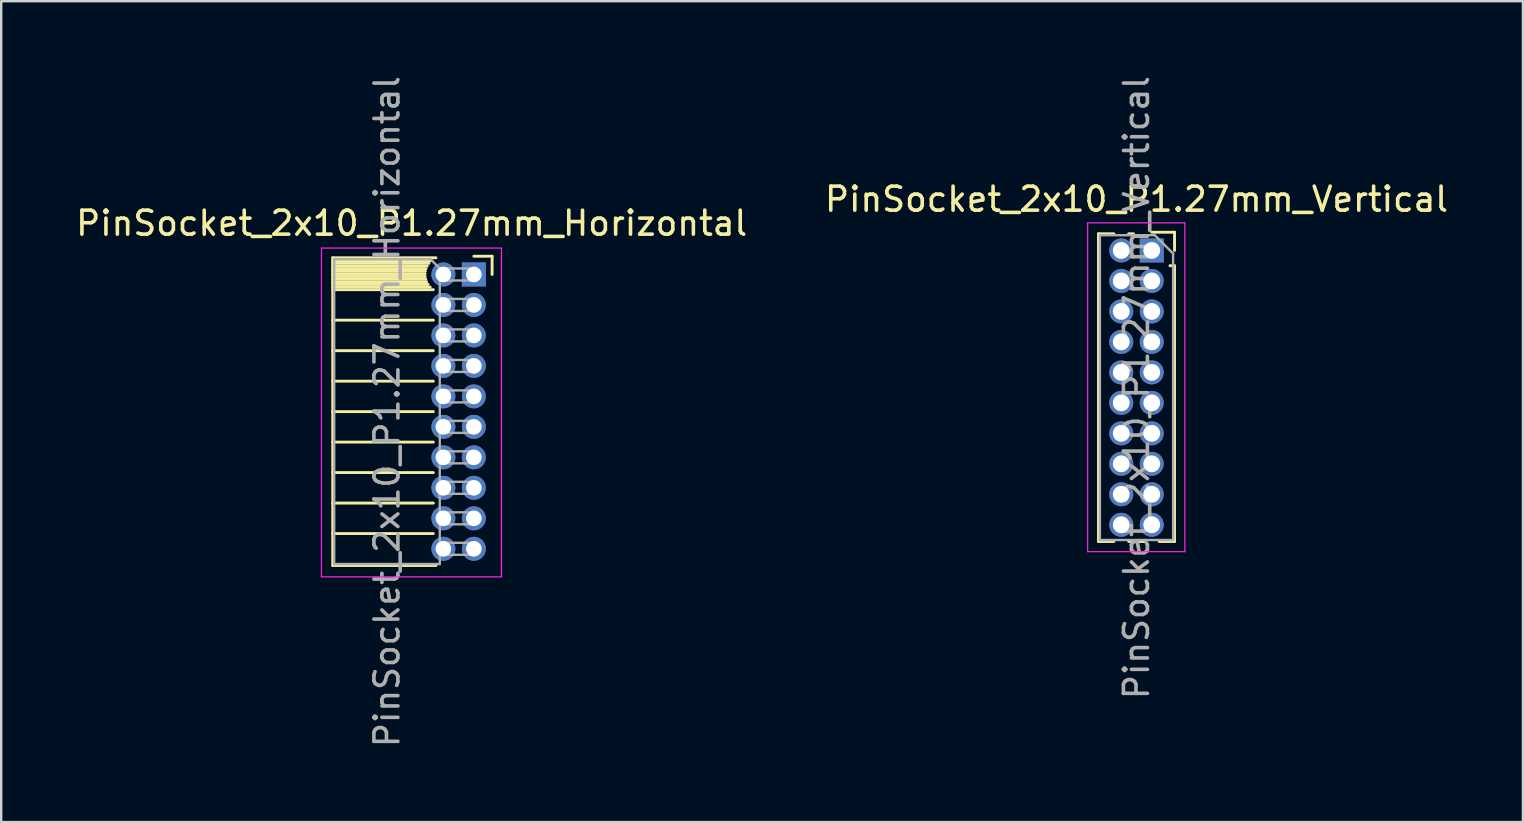
<source format=kicad_pcb>
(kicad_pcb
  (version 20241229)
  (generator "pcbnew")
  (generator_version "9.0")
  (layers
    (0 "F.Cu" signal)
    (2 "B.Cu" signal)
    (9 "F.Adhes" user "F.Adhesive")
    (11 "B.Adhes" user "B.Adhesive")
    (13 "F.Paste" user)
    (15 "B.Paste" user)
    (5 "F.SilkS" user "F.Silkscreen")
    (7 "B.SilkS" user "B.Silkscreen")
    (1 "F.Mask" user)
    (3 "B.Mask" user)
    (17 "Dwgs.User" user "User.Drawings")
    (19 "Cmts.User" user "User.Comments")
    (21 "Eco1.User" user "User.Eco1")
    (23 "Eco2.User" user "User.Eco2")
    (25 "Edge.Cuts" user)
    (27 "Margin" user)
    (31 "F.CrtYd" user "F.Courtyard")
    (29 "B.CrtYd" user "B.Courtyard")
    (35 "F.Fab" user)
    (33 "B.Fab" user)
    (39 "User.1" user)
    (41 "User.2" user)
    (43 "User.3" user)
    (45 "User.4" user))
  (footprint "PinSocket_2x10_P1.27mm_Horizontal"
    (layer "F.Cu")
    (at 16.694 8.386)
    (property "Reference" "PinSocket_2x10_P1.27mm_Horizontal" (at -2.592 -2.135 0) (layer "F.SilkS") (effects (font (size 1 1) (thickness 0.15))))
    (attr through_hole)
    (fp_line (start -5.88 -0.695) (end -5.88 12.125) (stroke (width 0.12) (type solid)) (layer "F.SilkS"))
    (fp_line (start -5.88 -0.695) (end -1.578 -0.695) (stroke (width 0.12) (type solid)) (layer "F.SilkS"))
    (fp_line (start -5.88 -0.575) (end -1.767 -0.575) (stroke (width 0.12) (type solid)) (layer "F.SilkS"))
    (fp_line (start -5.88 -0.465) (end -1.871 -0.465) (stroke (width 0.12) (type solid)) (layer "F.SilkS"))
    (fp_line (start -5.88 -0.355) (end -1.942 -0.355) (stroke (width 0.12) (type solid)) (layer "F.SilkS"))
    (fp_line (start -5.88 -0.245) (end -1.989 -0.245) (stroke (width 0.12) (type solid)) (layer "F.SilkS"))
    (fp_line (start -5.88 -0.135) (end -2.018 -0.135) (stroke (width 0.12) (type solid)) (layer "F.SilkS"))
    (fp_line (start -5.88 -0.025) (end -2.03 -0.025) (stroke (width 0.12) (type solid)) (layer "F.SilkS"))
    (fp_line (start -5.88 0.085) (end -2.025 0.085) (stroke (width 0.12) (type solid)) (layer "F.SilkS"))
    (fp_line (start -5.88 0.195) (end -2.005 0.195) (stroke (width 0.12) (type solid)) (layer "F.SilkS"))
    (fp_line (start -5.88 0.305) (end -1.966 0.305) (stroke (width 0.12) (type solid)) (layer "F.SilkS"))
    (fp_line (start -5.88 0.415) (end -1.907 0.415) (stroke (width 0.12) (type solid)) (layer "F.SilkS"))
    (fp_line (start -5.88 0.525) (end -1.82 0.525) (stroke (width 0.12) (type solid)) (layer "F.SilkS"))
    (fp_line (start -5.88 0.635) (end -1.688 0.635) (stroke (width 0.12) (type solid)) (layer "F.SilkS"))
    (fp_line (start -5.88 1.905) (end -1.688 1.905) (stroke (width 0.12) (type solid)) (layer "F.SilkS"))
    (fp_line (start -5.88 3.175) (end -1.688 3.175) (stroke (width 0.12) (type solid)) (layer "F.SilkS"))
    (fp_line (start -5.88 4.445) (end -1.688 4.445) (stroke (width 0.12) (type solid)) (layer "F.SilkS"))
    (fp_line (start -5.88 5.715) (end -1.688 5.715) (stroke (width 0.12) (type solid)) (layer "F.SilkS"))
    (fp_line (start -5.88 6.985) (end -1.688 6.985) (stroke (width 0.12) (type solid)) (layer "F.SilkS"))
    (fp_line (start -5.88 8.255) (end -1.688 8.255) (stroke (width 0.12) (type solid)) (layer "F.SilkS"))
    (fp_line (start -5.88 9.525) (end -1.688 9.525) (stroke (width 0.12) (type solid)) (layer "F.SilkS"))
    (fp_line (start -5.88 10.795) (end -1.688 10.795) (stroke (width 0.12) (type solid)) (layer "F.SilkS"))
    (fp_line (start -5.88 12.125) (end -1.578 12.125) (stroke (width 0.12) (type solid)) (layer "F.SilkS"))
    (fp_line (start 0 -0.76) (end 0.76 -0.76) (stroke (width 0.12) (type solid)) (layer "F.SilkS"))
    (fp_line (start 0.76 -0.76) (end 0.76 0) (stroke (width 0.12) (type solid)) (layer "F.SilkS"))
    (fp_line (start -6.35 -1.1) (end -6.35 12.6) (stroke (width 0.05) (type solid)) (layer "F.CrtYd"))
    (fp_line (start -6.35 12.6) (end 1.15 12.6) (stroke (width 0.05) (type solid)) (layer "F.CrtYd"))
    (fp_line (start 1.15 -1.1) (end -6.35 -1.1) (stroke (width 0.05) (type solid)) (layer "F.CrtYd"))
    (fp_line (start 1.15 12.6) (end 1.15 -1.1) (stroke (width 0.05) (type solid)) (layer "F.CrtYd"))
    (fp_line (start -5.82 -0.635) (end -1.805 -0.635) (stroke (width 0.1) (type solid)) (layer "F.Fab"))
    (fp_line (start -5.82 12.065) (end -5.82 -0.635) (stroke (width 0.1) (type solid)) (layer "F.Fab"))
    (fp_line (start -1.805 -0.635) (end -1.42 -0.25) (stroke (width 0.1) (type solid)) (layer "F.Fab"))
    (fp_line (start -1.42 -0.25) (end -1.42 12.065) (stroke (width 0.1) (type solid)) (layer "F.Fab"))
    (fp_line (start -1.42 0.25) (end 0 0.25) (stroke (width 0.1) (type solid)) (layer "F.Fab"))
    (fp_line (start -1.42 1.52) (end 0 1.52) (stroke (width 0.1) (type solid)) (layer "F.Fab"))
    (fp_line (start -1.42 2.79) (end 0 2.79) (stroke (width 0.1) (type solid)) (layer "F.Fab"))
    (fp_line (start -1.42 4.06) (end 0 4.06) (stroke (width 0.1) (type solid)) (layer "F.Fab"))
    (fp_line (start -1.42 5.33) (end 0 5.33) (stroke (width 0.1) (type solid)) (layer "F.Fab"))
    (fp_line (start -1.42 6.6) (end 0 6.6) (stroke (width 0.1) (type solid)) (layer "F.Fab"))
    (fp_line (start -1.42 7.87) (end 0 7.87) (stroke (width 0.1) (type solid)) (layer "F.Fab"))
    (fp_line (start -1.42 9.14) (end 0 9.14) (stroke (width 0.1) (type solid)) (layer "F.Fab"))
    (fp_line (start -1.42 10.41) (end 0 10.41) (stroke (width 0.1) (type solid)) (layer "F.Fab"))
    (fp_line (start -1.42 11.68) (end 0 11.68) (stroke (width 0.1) (type solid)) (layer "F.Fab"))
    (fp_line (start -1.42 12.065) (end -5.82 12.065) (stroke (width 0.1) (type solid)) (layer "F.Fab"))
    (fp_line (start 0 -0.25) (end -1.42 -0.25) (stroke (width 0.1) (type solid)) (layer "F.Fab"))
    (fp_line (start 0 0.25) (end 0 -0.25) (stroke (width 0.1) (type solid)) (layer "F.Fab"))
    (fp_line (start 0 1.02) (end -1.42 1.02) (stroke (width 0.1) (type solid)) (layer "F.Fab"))
    (fp_line (start 0 1.52) (end 0 1.02) (stroke (width 0.1) (type solid)) (layer "F.Fab"))
    (fp_line (start 0 2.29) (end -1.42 2.29) (stroke (width 0.1) (type solid)) (layer "F.Fab"))
    (fp_line (start 0 2.79) (end 0 2.29) (stroke (width 0.1) (type solid)) (layer "F.Fab"))
    (fp_line (start 0 3.56) (end -1.42 3.56) (stroke (width 0.1) (type solid)) (layer "F.Fab"))
    (fp_line (start 0 4.06) (end 0 3.56) (stroke (width 0.1) (type solid)) (layer "F.Fab"))
    (fp_line (start 0 4.83) (end -1.42 4.83) (stroke (width 0.1) (type solid)) (layer "F.Fab"))
    (fp_line (start 0 5.33) (end 0 4.83) (stroke (width 0.1) (type solid)) (layer "F.Fab"))
    (fp_line (start 0 6.1) (end -1.42 6.1) (stroke (width 0.1) (type solid)) (layer "F.Fab"))
    (fp_line (start 0 6.6) (end 0 6.1) (stroke (width 0.1) (type solid)) (layer "F.Fab"))
    (fp_line (start 0 7.37) (end -1.42 7.37) (stroke (width 0.1) (type solid)) (layer "F.Fab"))
    (fp_line (start 0 7.87) (end 0 7.37) (stroke (width 0.1) (type solid)) (layer "F.Fab"))
    (fp_line (start 0 8.64) (end -1.42 8.64) (stroke (width 0.1) (type solid)) (layer "F.Fab"))
    (fp_line (start 0 9.14) (end 0 8.64) (stroke (width 0.1) (type solid)) (layer "F.Fab"))
    (fp_line (start 0 9.91) (end -1.42 9.91) (stroke (width 0.1) (type solid)) (layer "F.Fab"))
    (fp_line (start 0 10.41) (end 0 9.91) (stroke (width 0.1) (type solid)) (layer "F.Fab"))
    (fp_line (start 0 11.18) (end -1.42 11.18) (stroke (width 0.1) (type solid)) (layer "F.Fab"))
    (fp_line (start 0 11.68) (end 0 11.18) (stroke (width 0.1) (type solid)) (layer "F.Fab"))
    (fp_text user "${REFERENCE}" (at -3.62 5.715 90) (layer "F.Fab") (effects (font (size 1 1) (thickness 0.15))))
    (pad "1" thru_hole rect (at 0 0) (size 1 1) (drill 0.65) (layers "*.Cu" "*.Mask"))
    (pad "2" thru_hole oval (at -1.27 0) (size 1 1) (drill 0.65) (layers "*.Cu" "*.Mask"))
    (pad "3" thru_hole oval (at 0 1.27) (size 1 1) (drill 0.65) (layers "*.Cu" "*.Mask"))
    (pad "4" thru_hole oval (at -1.27 1.27) (size 1 1) (drill 0.65) (layers "*.Cu" "*.Mask"))
    (pad "5" thru_hole oval (at 0 2.54) (size 1 1) (drill 0.65) (layers "*.Cu" "*.Mask"))
    (pad "6" thru_hole oval (at -1.27 2.54) (size 1 1) (drill 0.65) (layers "*.Cu" "*.Mask"))
    (pad "7" thru_hole oval (at 0 3.81) (size 1 1) (drill 0.65) (layers "*.Cu" "*.Mask"))
    (pad "8" thru_hole oval (at -1.27 3.81) (size 1 1) (drill 0.65) (layers "*.Cu" "*.Mask"))
    (pad "9" thru_hole oval (at 0 5.08) (size 1 1) (drill 0.65) (layers "*.Cu" "*.Mask"))
    (pad "10" thru_hole oval (at -1.27 5.08) (size 1 1) (drill 0.65) (layers "*.Cu" "*.Mask"))
    (pad "11" thru_hole oval (at 0 6.35) (size 1 1) (drill 0.65) (layers "*.Cu" "*.Mask"))
    (pad "12" thru_hole oval (at -1.27 6.35) (size 1 1) (drill 0.65) (layers "*.Cu" "*.Mask"))
    (pad "13" thru_hole oval (at 0 7.62) (size 1 1) (drill 0.65) (layers "*.Cu" "*.Mask"))
    (pad "14" thru_hole oval (at -1.27 7.62) (size 1 1) (drill 0.65) (layers "*.Cu" "*.Mask"))
    (pad "15" thru_hole oval (at 0 8.89) (size 1 1) (drill 0.65) (layers "*.Cu" "*.Mask"))
    (pad "16" thru_hole oval (at -1.27 8.89) (size 1 1) (drill 0.65) (layers "*.Cu" "*.Mask"))
    (pad "17" thru_hole oval (at 0 10.16) (size 1 1) (drill 0.65) (layers "*.Cu" "*.Mask"))
    (pad "18" thru_hole oval (at -1.27 10.16) (size 1 1) (drill 0.65) (layers "*.Cu" "*.Mask"))
    (pad "19" thru_hole oval (at 0 11.43) (size 1 1) (drill 0.65) (layers "*.Cu" "*.Mask"))
    (pad "20" thru_hole oval (at -1.27 11.43) (size 1 1) (drill 0.65) (layers "*.Cu" "*.Mask")))
  (footprint "PinSocket_2x10_P1.27mm_Vertical"
    (layer "F.Cu")
    (at 44.939 7.386)
    (property "Reference" "PinSocket_2x10_P1.27mm_Vertical" (at -0.635 -2.135 0) (layer "F.SilkS") (effects (font (size 1 1) (thickness 0.15))))
    (attr through_hole)
    (fp_line (start -2.22 -0.695) (end -2.22 12.125) (stroke (width 0.12) (type solid)) (layer "F.SilkS"))
    (fp_line (start -2.22 -0.695) (end -1.578 -0.695) (stroke (width 0.12) (type solid)) (layer "F.SilkS"))
    (fp_line (start -2.22 12.125) (end -1.578 12.125) (stroke (width 0.12) (type solid)) (layer "F.SilkS"))
    (fp_line (start -0.962 -0.695) (end -0.76 -0.695) (stroke (width 0.12) (type solid)) (layer "F.SilkS"))
    (fp_line (start -0.962 12.125) (end -0.308 12.125) (stroke (width 0.12) (type solid)) (layer "F.SilkS"))
    (fp_line (start 0 -0.76) (end 0.95 -0.76) (stroke (width 0.12) (type solid)) (layer "F.SilkS"))
    (fp_line (start 0.308 12.125) (end 0.95 12.125) (stroke (width 0.12) (type solid)) (layer "F.SilkS"))
    (fp_line (start 0.76 0.635) (end 0.95 0.635) (stroke (width 0.12) (type solid)) (layer "F.SilkS"))
    (fp_line (start 0.95 -0.76) (end 0.95 0) (stroke (width 0.12) (type solid)) (layer "F.SilkS"))
    (fp_line (start 0.95 0.635) (end 0.95 12.125) (stroke (width 0.12) (type solid)) (layer "F.SilkS"))
    (fp_line (start -2.67 -1.15) (end 1.38 -1.15) (stroke (width 0.05) (type solid)) (layer "F.CrtYd"))
    (fp_line (start -2.67 12.55) (end -2.67 -1.15) (stroke (width 0.05) (type solid)) (layer "F.CrtYd"))
    (fp_line (start 1.38 -1.15) (end 1.38 12.55) (stroke (width 0.05) (type solid)) (layer "F.CrtYd"))
    (fp_line (start 1.38 12.55) (end -2.67 12.55) (stroke (width 0.05) (type solid)) (layer "F.CrtYd"))
    (fp_line (start -2.16 -0.635) (end 0.128 -0.635) (stroke (width 0.1) (type solid)) (layer "F.Fab"))
    (fp_line (start -2.16 12.065) (end -2.16 -0.635) (stroke (width 0.1) (type solid)) (layer "F.Fab"))
    (fp_line (start 0.128 -0.635) (end 0.89 0.128) (stroke (width 0.1) (type solid)) (layer "F.Fab"))
    (fp_line (start 0.89 0.128) (end 0.89 12.065) (stroke (width 0.1) (type solid)) (layer "F.Fab"))
    (fp_line (start 0.89 12.065) (end -2.16 12.065) (stroke (width 0.1) (type solid)) (layer "F.Fab"))
    (fp_text user "${REFERENCE}" (at -0.635 5.715 90) (layer "F.Fab") (effects (font (size 1 1) (thickness 0.15))))
    (pad "1" thru_hole rect (at 0 0) (size 1 1) (drill 0.7) (layers "*.Cu" "*.Mask"))
    (pad "2" thru_hole oval (at -1.27 0) (size 1 1) (drill 0.7) (layers "*.Cu" "*.Mask"))
    (pad "3" thru_hole oval (at 0 1.27) (size 1 1) (drill 0.7) (layers "*.Cu" "*.Mask"))
    (pad "4" thru_hole oval (at -1.27 1.27) (size 1 1) (drill 0.7) (layers "*.Cu" "*.Mask"))
    (pad "5" thru_hole oval (at 0 2.54) (size 1 1) (drill 0.7) (layers "*.Cu" "*.Mask"))
    (pad "6" thru_hole oval (at -1.27 2.54) (size 1 1) (drill 0.7) (layers "*.Cu" "*.Mask"))
    (pad "7" thru_hole oval (at 0 3.81) (size 1 1) (drill 0.7) (layers "*.Cu" "*.Mask"))
    (pad "8" thru_hole oval (at -1.27 3.81) (size 1 1) (drill 0.7) (layers "*.Cu" "*.Mask"))
    (pad "9" thru_hole oval (at 0 5.08) (size 1 1) (drill 0.7) (layers "*.Cu" "*.Mask"))
    (pad "10" thru_hole oval (at -1.27 5.08) (size 1 1) (drill 0.7) (layers "*.Cu" "*.Mask"))
    (pad "11" thru_hole oval (at 0 6.35) (size 1 1) (drill 0.7) (layers "*.Cu" "*.Mask"))
    (pad "12" thru_hole oval (at -1.27 6.35) (size 1 1) (drill 0.7) (layers "*.Cu" "*.Mask"))
    (pad "13" thru_hole oval (at 0 7.62) (size 1 1) (drill 0.7) (layers "*.Cu" "*.Mask"))
    (pad "14" thru_hole oval (at -1.27 7.62) (size 1 1) (drill 0.7) (layers "*.Cu" "*.Mask"))
    (pad "15" thru_hole oval (at 0 8.89) (size 1 1) (drill 0.7) (layers "*.Cu" "*.Mask"))
    (pad "16" thru_hole oval (at -1.27 8.89) (size 1 1) (drill 0.7) (layers "*.Cu" "*.Mask"))
    (pad "17" thru_hole oval (at 0 10.16) (size 1 1) (drill 0.7) (layers "*.Cu" "*.Mask"))
    (pad "18" thru_hole oval (at -1.27 10.16) (size 1 1) (drill 0.7) (layers "*.Cu" "*.Mask"))
    (pad "19" thru_hole oval (at 0 11.43) (size 1 1) (drill 0.7) (layers "*.Cu" "*.Mask"))
    (pad "20" thru_hole oval (at -1.27 11.43) (size 1 1) (drill 0.7) (layers "*.Cu" "*.Mask")))
  (gr_rect
    (start -3 -3)
    (end 60.405 31.202)
    (stroke (width 0.1) (type default))
    (fill no)
    (layer "Edge.Cuts")))
</source>
